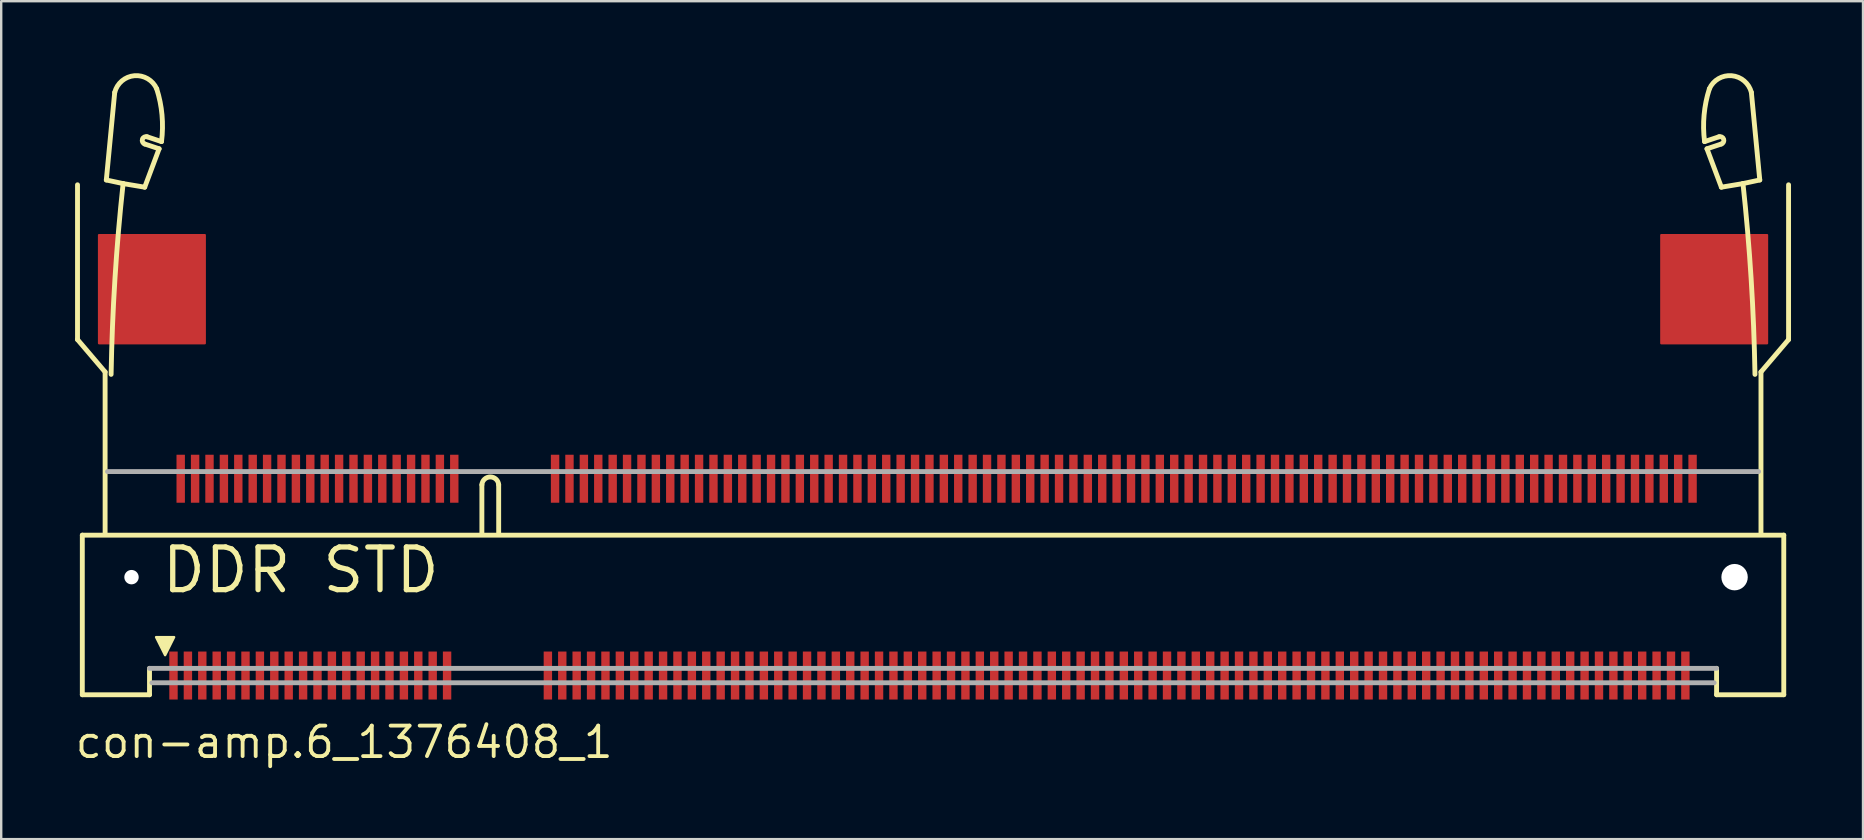
<source format=kicad_pcb>
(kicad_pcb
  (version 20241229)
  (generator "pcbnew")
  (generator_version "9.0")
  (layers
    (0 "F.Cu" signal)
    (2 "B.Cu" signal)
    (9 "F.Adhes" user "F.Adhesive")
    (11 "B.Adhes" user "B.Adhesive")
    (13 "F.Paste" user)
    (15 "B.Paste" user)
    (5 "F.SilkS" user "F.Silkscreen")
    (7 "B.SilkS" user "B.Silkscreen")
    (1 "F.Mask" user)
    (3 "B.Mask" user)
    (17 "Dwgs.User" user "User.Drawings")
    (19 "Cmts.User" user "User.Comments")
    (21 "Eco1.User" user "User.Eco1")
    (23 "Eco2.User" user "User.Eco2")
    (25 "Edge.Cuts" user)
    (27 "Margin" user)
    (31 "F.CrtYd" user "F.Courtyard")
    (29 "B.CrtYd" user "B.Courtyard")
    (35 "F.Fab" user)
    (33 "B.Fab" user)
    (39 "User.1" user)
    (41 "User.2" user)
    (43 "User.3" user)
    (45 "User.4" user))
  (footprint "con-amp.6_1376408_1"
    (layer "F.Cu")
    (at 36.83 21)
    (property "Reference" "con-amp.6_1376408_1" (at -36.83 7.62 0) (layer "F.SilkS") (effects (font (size 1.27 1.27) (thickness 0.16)) (justify left bottom)))
    (attr smd)
    (fp_line (start -36.65 -16.35) (end -36.65 -9.9) (stroke (width 0.203) (type default)) (layer "F.SilkS"))
    (fp_line (start -36.65 -9.9) (end -35.5 -8.55) (stroke (width 0.203) (type default)) (layer "F.SilkS"))
    (fp_line (start -36.45 -1.75) (end -36.45 4.9) (stroke (width 0.203) (type default)) (layer "F.SilkS"))
    (fp_line (start -36.45 4.9) (end -33.65 4.9) (stroke (width 0.203) (type default)) (layer "F.SilkS"))
    (fp_line (start -35.5 -8.55) (end -35.5 -1.85) (stroke (width 0.203) (type default)) (layer "F.SilkS"))
    (fp_line (start -35.45 -16.55) (end -34.75 -16.4) (stroke (width 0.203) (type default)) (layer "F.SilkS"))
    (fp_line (start -35.1 -20.2) (end -35.45 -16.55) (stroke (width 0.203) (type default)) (layer "F.SilkS"))
    (fp_line (start -34.75 -16.4) (end -33.85 -16.25) (stroke (width 0.203) (type default)) (layer "F.SilkS"))
    (fp_line (start -33.85 -16.25) (end -33.25 -17.85) (stroke (width 0.203) (type default)) (layer "F.SilkS"))
    (fp_line (start -33.75 -18.35) (end -33.15 -18.15) (stroke (width 0.203) (type default)) (layer "F.SilkS"))
    (fp_line (start -33.65 4.9) (end -33.65 3.8) (stroke (width 0.203) (type default)) (layer "F.SilkS"))
    (fp_line (start -33.25 -17.85) (end -33.85 -18.05) (stroke (width 0.203) (type default)) (layer "F.SilkS"))
    (fp_line (start -19.8 -3.85) (end -19.8 -1.85) (stroke (width 0.203) (type default)) (layer "F.SilkS"))
    (fp_line (start -19.1 -3.85) (end -19.1 -1.85) (stroke (width 0.203) (type default)) (layer "F.SilkS"))
    (fp_line (start 31.25 -17.85) (end 31.85 -18.05) (stroke (width 0.203) (type default)) (layer "F.SilkS"))
    (fp_line (start 31.65 3.8) (end 31.65 4.9) (stroke (width 0.203) (type default)) (layer "F.SilkS"))
    (fp_line (start 31.65 4.9) (end 34.45 4.9) (stroke (width 0.203) (type default)) (layer "F.SilkS"))
    (fp_line (start 31.75 -18.35) (end 31.15 -18.15) (stroke (width 0.203) (type default)) (layer "F.SilkS"))
    (fp_line (start 31.85 -16.25) (end 31.25 -17.85) (stroke (width 0.203) (type default)) (layer "F.SilkS"))
    (fp_line (start 32.75 -16.4) (end 31.85 -16.25) (stroke (width 0.203) (type default)) (layer "F.SilkS"))
    (fp_line (start 33.1 -20.2) (end 33.45 -16.55) (stroke (width 0.203) (type default)) (layer "F.SilkS"))
    (fp_line (start 33.45 -16.55) (end 32.75 -16.4) (stroke (width 0.203) (type default)) (layer "F.SilkS"))
    (fp_line (start 33.5 -8.55) (end 33.5 -1.85) (stroke (width 0.203) (type default)) (layer "F.SilkS"))
    (fp_line (start 34.45 -1.75) (end -36.45 -1.75) (stroke (width 0.203) (type default)) (layer "F.SilkS"))
    (fp_line (start 34.45 4.9) (end 34.45 -1.75) (stroke (width 0.203) (type default)) (layer "F.SilkS"))
    (fp_line (start 34.65 -16.35) (end 34.65 -9.9) (stroke (width 0.203) (type default)) (layer "F.SilkS"))
    (fp_line (start 34.65 -9.9) (end 33.5 -8.55) (stroke (width 0.203) (type default)) (layer "F.SilkS"))
    (fp_arc (start -35.25 -8.45) (mid -35.090252 -12.430676) (end -34.75 -16.4) (stroke (width 0.2032) (type default)) (layer "F.SilkS"))
    (fp_arc (start -35.1 -20.2) (mid -34.27818 -20.895428) (end -33.35 -20.35) (stroke (width 0.2032) (type default)) (layer "F.SilkS"))
    (fp_arc (start -33.85 -18.05) (mid -33.945277 -18.248426) (end -33.75 -18.35) (stroke (width 0.2032) (type default)) (layer "F.SilkS"))
    (fp_arc (start -33.35 -20.35) (mid -33.129251 -19.260977) (end -33.15 -18.15) (stroke (width 0.2032) (type default)) (layer "F.SilkS"))
    (fp_arc (start -19.8 -3.85) (mid -19.45 -4.175892) (end -19.1 -3.85) (stroke (width 0.2032) (type default)) (layer "F.SilkS"))
    (fp_arc (start 31.15 -18.15) (mid 31.129251 -19.260977) (end 31.35 -20.35) (stroke (width 0.2032) (type default)) (layer "F.SilkS"))
    (fp_arc (start 31.35 -20.35) (mid 32.27818 -20.895428) (end 33.1 -20.2) (stroke (width 0.2032) (type default)) (layer "F.SilkS"))
    (fp_arc (start 31.75 -18.35) (mid 31.945277 -18.248426) (end 31.85 -18.05) (stroke (width 0.2032) (type default)) (layer "F.SilkS"))
    (fp_arc (start 32.75 -16.4) (mid 33.090252 -12.430676) (end 33.25 -8.45) (stroke (width 0.2032) (type default)) (layer "F.SilkS"))
    (fp_poly (pts (xy -33 3.25) (xy -33.375 2.5) (xy -32.625 2.5)) (stroke (width 0.102) (type default)) (fill yes) (layer "F.SilkS"))
    (fp_line (start -35.4 -4.4) (end 33.4 -4.4) (stroke (width 0.203) (type default)) (layer "F.Fab"))
    (fp_line (start -33.65 3.8) (end 31.65 3.8) (stroke (width 0.203) (type default)) (layer "F.Fab"))
    (fp_line (start -33.55 4.4) (end 31.55 4.4) (stroke (width 0.203) (type default)) (layer "F.Fab"))
    (fp_text user "DDR STD" (at -33.25 0.75 0) (layer "F.SilkS") (effects (font (size 1.778 1.778) (thickness 0.22)) (justify left bottom)))
    (pad "" np_thru_hole circle (at -34.4 0) (size 0.6 0.6) (drill 0.6) (layers "*.Cu" "*.Mask"))
    (pad "" np_thru_hole circle (at 32.4 0) (size 1.1 1.1) (drill 1.1) (layers "*.Cu" "*.Mask"))
    (pad "1" smd roundrect (at -32.65 4.1 90) (size 2 0.35) (layers "F.Cu" "F.Mask" "F.Paste") (roundrect_rratio 0.01))
    (pad "2" smd roundrect (at -32.35 -4.1 90) (size 2 0.35) (layers "F.Cu" "F.Mask" "F.Paste") (roundrect_rratio 0.01))
    (pad "3" smd roundrect (at -32.05 4.1 90) (size 2 0.35) (layers "F.Cu" "F.Mask" "F.Paste") (roundrect_rratio 0.01))
    (pad "4" smd roundrect (at -31.75 -4.1 90) (size 2 0.35) (layers "F.Cu" "F.Mask" "F.Paste") (roundrect_rratio 0.01))
    (pad "5" smd roundrect (at -31.45 4.1 90) (size 2 0.35) (layers "F.Cu" "F.Mask" "F.Paste") (roundrect_rratio 0.01))
    (pad "6" smd roundrect (at -31.15 -4.1 90) (size 2 0.35) (layers "F.Cu" "F.Mask" "F.Paste") (roundrect_rratio 0.01))
    (pad "7" smd roundrect (at -30.85 4.1 90) (size 2 0.35) (layers "F.Cu" "F.Mask" "F.Paste") (roundrect_rratio 0.01))
    (pad "8" smd roundrect (at -30.55 -4.1 90) (size 2 0.35) (layers "F.Cu" "F.Mask" "F.Paste") (roundrect_rratio 0.01))
    (pad "9" smd roundrect (at -30.25 4.1 90) (size 2 0.35) (layers "F.Cu" "F.Mask" "F.Paste") (roundrect_rratio 0.01))
    (pad "10" smd roundrect (at -29.95 -4.1 90) (size 2 0.35) (layers "F.Cu" "F.Mask" "F.Paste") (roundrect_rratio 0.01))
    (pad "11" smd roundrect (at -29.65 4.1 90) (size 2 0.35) (layers "F.Cu" "F.Mask" "F.Paste") (roundrect_rratio 0.01))
    (pad "12" smd roundrect (at -29.35 -4.1 90) (size 2 0.35) (layers "F.Cu" "F.Mask" "F.Paste") (roundrect_rratio 0.01))
    (pad "13" smd roundrect (at -29.05 4.1 90) (size 2 0.35) (layers "F.Cu" "F.Mask" "F.Paste") (roundrect_rratio 0.01))
    (pad "14" smd roundrect (at -28.75 -4.1 90) (size 2 0.35) (layers "F.Cu" "F.Mask" "F.Paste") (roundrect_rratio 0.01))
    (pad "15" smd roundrect (at -28.45 4.1 90) (size 2 0.35) (layers "F.Cu" "F.Mask" "F.Paste") (roundrect_rratio 0.01))
    (pad "16" smd roundrect (at -28.15 -4.1 90) (size 2 0.35) (layers "F.Cu" "F.Mask" "F.Paste") (roundrect_rratio 0.01))
    (pad "17" smd roundrect (at -27.85 4.1 90) (size 2 0.35) (layers "F.Cu" "F.Mask" "F.Paste") (roundrect_rratio 0.01))
    (pad "18" smd roundrect (at -27.55 -4.1 90) (size 2 0.35) (layers "F.Cu" "F.Mask" "F.Paste") (roundrect_rratio 0.01))
    (pad "19" smd roundrect (at -27.25 4.1 90) (size 2 0.35) (layers "F.Cu" "F.Mask" "F.Paste") (roundrect_rratio 0.01))
    (pad "20" smd roundrect (at -26.95 -4.1 90) (size 2 0.35) (layers "F.Cu" "F.Mask" "F.Paste") (roundrect_rratio 0.01))
    (pad "21" smd roundrect (at -26.65 4.1 90) (size 2 0.35) (layers "F.Cu" "F.Mask" "F.Paste") (roundrect_rratio 0.01))
    (pad "22" smd roundrect (at -26.35 -4.1 90) (size 2 0.35) (layers "F.Cu" "F.Mask" "F.Paste") (roundrect_rratio 0.01))
    (pad "23" smd roundrect (at -26.05 4.1 90) (size 2 0.35) (layers "F.Cu" "F.Mask" "F.Paste") (roundrect_rratio 0.01))
    (pad "24" smd roundrect (at -25.75 -4.1 90) (size 2 0.35) (layers "F.Cu" "F.Mask" "F.Paste") (roundrect_rratio 0.01))
    (pad "25" smd roundrect (at -25.45 4.1 90) (size 2 0.35) (layers "F.Cu" "F.Mask" "F.Paste") (roundrect_rratio 0.01))
    (pad "26" smd roundrect (at -25.15 -4.1 90) (size 2 0.35) (layers "F.Cu" "F.Mask" "F.Paste") (roundrect_rratio 0.01))
    (pad "27" smd roundrect (at -24.85 4.1 90) (size 2 0.35) (layers "F.Cu" "F.Mask" "F.Paste") (roundrect_rratio 0.01))
    (pad "28" smd roundrect (at -24.55 -4.1 90) (size 2 0.35) (layers "F.Cu" "F.Mask" "F.Paste") (roundrect_rratio 0.01))
    (pad "29" smd roundrect (at -24.25 4.1 90) (size 2 0.35) (layers "F.Cu" "F.Mask" "F.Paste") (roundrect_rratio 0.01))
    (pad "30" smd roundrect (at -23.95 -4.1 90) (size 2 0.35) (layers "F.Cu" "F.Mask" "F.Paste") (roundrect_rratio 0.01))
    (pad "31" smd roundrect (at -23.65 4.1 90) (size 2 0.35) (layers "F.Cu" "F.Mask" "F.Paste") (roundrect_rratio 0.01))
    (pad "32" smd roundrect (at -23.35 -4.1 90) (size 2 0.35) (layers "F.Cu" "F.Mask" "F.Paste") (roundrect_rratio 0.01))
    (pad "33" smd roundrect (at -23.05 4.1 90) (size 2 0.35) (layers "F.Cu" "F.Mask" "F.Paste") (roundrect_rratio 0.01))
    (pad "34" smd roundrect (at -22.75 -4.1 90) (size 2 0.35) (layers "F.Cu" "F.Mask" "F.Paste") (roundrect_rratio 0.01))
    (pad "35" smd roundrect (at -22.45 4.1 90) (size 2 0.35) (layers "F.Cu" "F.Mask" "F.Paste") (roundrect_rratio 0.01))
    (pad "36" smd roundrect (at -22.15 -4.1 90) (size 2 0.35) (layers "F.Cu" "F.Mask" "F.Paste") (roundrect_rratio 0.01))
    (pad "37" smd roundrect (at -21.85 4.1 90) (size 2 0.35) (layers "F.Cu" "F.Mask" "F.Paste") (roundrect_rratio 0.01))
    (pad "38" smd roundrect (at -21.55 -4.1 90) (size 2 0.35) (layers "F.Cu" "F.Mask" "F.Paste") (roundrect_rratio 0.01))
    (pad "39" smd roundrect (at -21.25 4.1 90) (size 2 0.35) (layers "F.Cu" "F.Mask" "F.Paste") (roundrect_rratio 0.01))
    (pad "40" smd roundrect (at -20.95 -4.1 90) (size 2 0.35) (layers "F.Cu" "F.Mask" "F.Paste") (roundrect_rratio 0.01))
    (pad "41" smd roundrect (at -17.05 4.1 90) (size 2 0.35) (layers "F.Cu" "F.Mask" "F.Paste") (roundrect_rratio 0.01))
    (pad "42" smd roundrect (at -16.75 -4.1 90) (size 2 0.35) (layers "F.Cu" "F.Mask" "F.Paste") (roundrect_rratio 0.01))
    (pad "43" smd roundrect (at -16.45 4.1 90) (size 2 0.35) (layers "F.Cu" "F.Mask" "F.Paste") (roundrect_rratio 0.01))
    (pad "44" smd roundrect (at -16.15 -4.1 90) (size 2 0.35) (layers "F.Cu" "F.Mask" "F.Paste") (roundrect_rratio 0.01))
    (pad "45" smd roundrect (at -15.85 4.1 90) (size 2 0.35) (layers "F.Cu" "F.Mask" "F.Paste") (roundrect_rratio 0.01))
    (pad "46" smd roundrect (at -15.55 -4.1 90) (size 2 0.35) (layers "F.Cu" "F.Mask" "F.Paste") (roundrect_rratio 0.01))
    (pad "47" smd roundrect (at -15.25 4.1 90) (size 2 0.35) (layers "F.Cu" "F.Mask" "F.Paste") (roundrect_rratio 0.01))
    (pad "48" smd roundrect (at -14.95 -4.1 90) (size 2 0.35) (layers "F.Cu" "F.Mask" "F.Paste") (roundrect_rratio 0.01))
    (pad "49" smd roundrect (at -14.65 4.1 90) (size 2 0.35) (layers "F.Cu" "F.Mask" "F.Paste") (roundrect_rratio 0.01))
    (pad "50" smd roundrect (at -14.35 -4.1 90) (size 2 0.35) (layers "F.Cu" "F.Mask" "F.Paste") (roundrect_rratio 0.01))
    (pad "51" smd roundrect (at -14.05 4.1 90) (size 2 0.35) (layers "F.Cu" "F.Mask" "F.Paste") (roundrect_rratio 0.01))
    (pad "52" smd roundrect (at -13.75 -4.1 90) (size 2 0.35) (layers "F.Cu" "F.Mask" "F.Paste") (roundrect_rratio 0.01))
    (pad "53" smd roundrect (at -13.45 4.1 90) (size 2 0.35) (layers "F.Cu" "F.Mask" "F.Paste") (roundrect_rratio 0.01))
    (pad "54" smd roundrect (at -13.15 -4.1 90) (size 2 0.35) (layers "F.Cu" "F.Mask" "F.Paste") (roundrect_rratio 0.01))
    (pad "55" smd roundrect (at -12.85 4.1 90) (size 2 0.35) (layers "F.Cu" "F.Mask" "F.Paste") (roundrect_rratio 0.01))
    (pad "56" smd roundrect (at -12.55 -4.1 90) (size 2 0.35) (layers "F.Cu" "F.Mask" "F.Paste") (roundrect_rratio 0.01))
    (pad "57" smd roundrect (at -12.25 4.1 90) (size 2 0.35) (layers "F.Cu" "F.Mask" "F.Paste") (roundrect_rratio 0.01))
    (pad "58" smd roundrect (at -11.95 -4.1 90) (size 2 0.35) (layers "F.Cu" "F.Mask" "F.Paste") (roundrect_rratio 0.01))
    (pad "59" smd roundrect (at -11.65 4.1 90) (size 2 0.35) (layers "F.Cu" "F.Mask" "F.Paste") (roundrect_rratio 0.01))
    (pad "60" smd roundrect (at -11.35 -4.1 90) (size 2 0.35) (layers "F.Cu" "F.Mask" "F.Paste") (roundrect_rratio 0.01))
    (pad "61" smd roundrect (at -11.05 4.1 90) (size 2 0.35) (layers "F.Cu" "F.Mask" "F.Paste") (roundrect_rratio 0.01))
    (pad "62" smd roundrect (at -10.75 -4.1 90) (size 2 0.35) (layers "F.Cu" "F.Mask" "F.Paste") (roundrect_rratio 0.01))
    (pad "63" smd roundrect (at -10.45 4.1 90) (size 2 0.35) (layers "F.Cu" "F.Mask" "F.Paste") (roundrect_rratio 0.01))
    (pad "64" smd roundrect (at -10.15 -4.1 90) (size 2 0.35) (layers "F.Cu" "F.Mask" "F.Paste") (roundrect_rratio 0.01))
    (pad "65" smd roundrect (at -9.85 4.1 90) (size 2 0.35) (layers "F.Cu" "F.Mask" "F.Paste") (roundrect_rratio 0.01))
    (pad "66" smd roundrect (at -9.55 -4.1 90) (size 2 0.35) (layers "F.Cu" "F.Mask" "F.Paste") (roundrect_rratio 0.01))
    (pad "67" smd roundrect (at -9.25 4.1 90) (size 2 0.35) (layers "F.Cu" "F.Mask" "F.Paste") (roundrect_rratio 0.01))
    (pad "68" smd roundrect (at -8.95 -4.1 90) (size 2 0.35) (layers "F.Cu" "F.Mask" "F.Paste") (roundrect_rratio 0.01))
    (pad "69" smd roundrect (at -8.65 4.1 90) (size 2 0.35) (layers "F.Cu" "F.Mask" "F.Paste") (roundrect_rratio 0.01))
    (pad "70" smd roundrect (at -8.35 -4.1 90) (size 2 0.35) (layers "F.Cu" "F.Mask" "F.Paste") (roundrect_rratio 0.01))
    (pad "71" smd roundrect (at -8.05 4.1 90) (size 2 0.35) (layers "F.Cu" "F.Mask" "F.Paste") (roundrect_rratio 0.01))
    (pad "72" smd roundrect (at -7.75 -4.1 90) (size 2 0.35) (layers "F.Cu" "F.Mask" "F.Paste") (roundrect_rratio 0.01))
    (pad "73" smd roundrect (at -7.45 4.1 90) (size 2 0.35) (layers "F.Cu" "F.Mask" "F.Paste") (roundrect_rratio 0.01))
    (pad "74" smd roundrect (at -7.15 -4.1 90) (size 2 0.35) (layers "F.Cu" "F.Mask" "F.Paste") (roundrect_rratio 0.01))
    (pad "75" smd roundrect (at -6.85 4.1 90) (size 2 0.35) (layers "F.Cu" "F.Mask" "F.Paste") (roundrect_rratio 0.01))
    (pad "76" smd roundrect (at -6.55 -4.1 90) (size 2 0.35) (layers "F.Cu" "F.Mask" "F.Paste") (roundrect_rratio 0.01))
    (pad "77" smd roundrect (at -6.25 4.1 90) (size 2 0.35) (layers "F.Cu" "F.Mask" "F.Paste") (roundrect_rratio 0.01))
    (pad "78" smd roundrect (at -5.95 -4.1 90) (size 2 0.35) (layers "F.Cu" "F.Mask" "F.Paste") (roundrect_rratio 0.01))
    (pad "79" smd roundrect (at -5.65 4.1 90) (size 2 0.35) (layers "F.Cu" "F.Mask" "F.Paste") (roundrect_rratio 0.01))
    (pad "80" smd roundrect (at -5.35 -4.1 90) (size 2 0.35) (layers "F.Cu" "F.Mask" "F.Paste") (roundrect_rratio 0.01))
    (pad "81" smd roundrect (at -5.05 4.1 90) (size 2 0.35) (layers "F.Cu" "F.Mask" "F.Paste") (roundrect_rratio 0.01))
    (pad "82" smd roundrect (at -4.75 -4.1 90) (size 2 0.35) (layers "F.Cu" "F.Mask" "F.Paste") (roundrect_rratio 0.01))
    (pad "83" smd roundrect (at -4.45 4.1 90) (size 2 0.35) (layers "F.Cu" "F.Mask" "F.Paste") (roundrect_rratio 0.01))
    (pad "84" smd roundrect (at -4.15 -4.1 90) (size 2 0.35) (layers "F.Cu" "F.Mask" "F.Paste") (roundrect_rratio 0.01))
    (pad "85" smd roundrect (at -3.85 4.1 90) (size 2 0.35) (layers "F.Cu" "F.Mask" "F.Paste") (roundrect_rratio 0.01))
    (pad "86" smd roundrect (at -3.55 -4.1 90) (size 2 0.35) (layers "F.Cu" "F.Mask" "F.Paste") (roundrect_rratio 0.01))
    (pad "87" smd roundrect (at -3.25 4.1 90) (size 2 0.35) (layers "F.Cu" "F.Mask" "F.Paste") (roundrect_rratio 0.01))
    (pad "88" smd roundrect (at -2.95 -4.1 90) (size 2 0.35) (layers "F.Cu" "F.Mask" "F.Paste") (roundrect_rratio 0.01))
    (pad "89" smd roundrect (at -2.65 4.1 90) (size 2 0.35) (layers "F.Cu" "F.Mask" "F.Paste") (roundrect_rratio 0.01))
    (pad "90" smd roundrect (at -2.35 -4.1 90) (size 2 0.35) (layers "F.Cu" "F.Mask" "F.Paste") (roundrect_rratio 0.01))
    (pad "91" smd roundrect (at -2.05 4.1 90) (size 2 0.35) (layers "F.Cu" "F.Mask" "F.Paste") (roundrect_rratio 0.01))
    (pad "92" smd roundrect (at -1.75 -4.1 90) (size 2 0.35) (layers "F.Cu" "F.Mask" "F.Paste") (roundrect_rratio 0.01))
    (pad "93" smd roundrect (at -1.45 4.1 90) (size 2 0.35) (layers "F.Cu" "F.Mask" "F.Paste") (roundrect_rratio 0.01))
    (pad "94" smd roundrect (at -1.15 -4.1 90) (size 2 0.35) (layers "F.Cu" "F.Mask" "F.Paste") (roundrect_rratio 0.01))
    (pad "95" smd roundrect (at -0.85 4.1 90) (size 2 0.35) (layers "F.Cu" "F.Mask" "F.Paste") (roundrect_rratio 0.01))
    (pad "96" smd roundrect (at -0.55 -4.1 90) (size 2 0.35) (layers "F.Cu" "F.Mask" "F.Paste") (roundrect_rratio 0.01))
    (pad "97" smd roundrect (at -0.25 4.1 90) (size 2 0.35) (layers "F.Cu" "F.Mask" "F.Paste") (roundrect_rratio 0.01))
    (pad "98" smd roundrect (at 0.05 -4.1 90) (size 2 0.35) (layers "F.Cu" "F.Mask" "F.Paste") (roundrect_rratio 0.01))
    (pad "99" smd roundrect (at 0.35 4.1 90) (size 2 0.35) (layers "F.Cu" "F.Mask" "F.Paste") (roundrect_rratio 0.01))
    (pad "100" smd roundrect (at 0.65 -4.1 90) (size 2 0.35) (layers "F.Cu" "F.Mask" "F.Paste") (roundrect_rratio 0.01))
    (pad "101" smd roundrect (at 0.95 4.1 90) (size 2 0.35) (layers "F.Cu" "F.Mask" "F.Paste") (roundrect_rratio 0.01))
    (pad "102" smd roundrect (at 1.25 -4.1 90) (size 2 0.35) (layers "F.Cu" "F.Mask" "F.Paste") (roundrect_rratio 0.01))
    (pad "103" smd roundrect (at 1.55 4.1 90) (size 2 0.35) (layers "F.Cu" "F.Mask" "F.Paste") (roundrect_rratio 0.01))
    (pad "104" smd roundrect (at 1.85 -4.1 90) (size 2 0.35) (layers "F.Cu" "F.Mask" "F.Paste") (roundrect_rratio 0.01))
    (pad "105" smd roundrect (at 2.15 4.1 90) (size 2 0.35) (layers "F.Cu" "F.Mask" "F.Paste") (roundrect_rratio 0.01))
    (pad "106" smd roundrect (at 2.45 -4.1 90) (size 2 0.35) (layers "F.Cu" "F.Mask" "F.Paste") (roundrect_rratio 0.01))
    (pad "107" smd roundrect (at 2.75 4.1 90) (size 2 0.35) (layers "F.Cu" "F.Mask" "F.Paste") (roundrect_rratio 0.01))
    (pad "108" smd roundrect (at 3.05 -4.1 90) (size 2 0.35) (layers "F.Cu" "F.Mask" "F.Paste") (roundrect_rratio 0.01))
    (pad "109" smd roundrect (at 3.35 4.1 90) (size 2 0.35) (layers "F.Cu" "F.Mask" "F.Paste") (roundrect_rratio 0.01))
    (pad "110" smd roundrect (at 3.65 -4.1 90) (size 2 0.35) (layers "F.Cu" "F.Mask" "F.Paste") (roundrect_rratio 0.01))
    (pad "111" smd roundrect (at 3.95 4.1 90) (size 2 0.35) (layers "F.Cu" "F.Mask" "F.Paste") (roundrect_rratio 0.01))
    (pad "112" smd roundrect (at 4.25 -4.1 90) (size 2 0.35) (layers "F.Cu" "F.Mask" "F.Paste") (roundrect_rratio 0.01))
    (pad "113" smd roundrect (at 4.55 4.1 90) (size 2 0.35) (layers "F.Cu" "F.Mask" "F.Paste") (roundrect_rratio 0.01))
    (pad "114" smd roundrect (at 4.85 -4.1 90) (size 2 0.35) (layers "F.Cu" "F.Mask" "F.Paste") (roundrect_rratio 0.01))
    (pad "115" smd roundrect (at 5.15 4.1 90) (size 2 0.35) (layers "F.Cu" "F.Mask" "F.Paste") (roundrect_rratio 0.01))
    (pad "116" smd roundrect (at 5.45 -4.1 90) (size 2 0.35) (layers "F.Cu" "F.Mask" "F.Paste") (roundrect_rratio 0.01))
    (pad "117" smd roundrect (at 5.75 4.1 90) (size 2 0.35) (layers "F.Cu" "F.Mask" "F.Paste") (roundrect_rratio 0.01))
    (pad "118" smd roundrect (at 6.05 -4.1 90) (size 2 0.35) (layers "F.Cu" "F.Mask" "F.Paste") (roundrect_rratio 0.01))
    (pad "119" smd roundrect (at 6.35 4.1 90) (size 2 0.35) (layers "F.Cu" "F.Mask" "F.Paste") (roundrect_rratio 0.01))
    (pad "120" smd roundrect (at 6.65 -4.1 90) (size 2 0.35) (layers "F.Cu" "F.Mask" "F.Paste") (roundrect_rratio 0.01))
    (pad "121" smd roundrect (at 6.95 4.1 90) (size 2 0.35) (layers "F.Cu" "F.Mask" "F.Paste") (roundrect_rratio 0.01))
    (pad "122" smd roundrect (at 7.25 -4.1 90) (size 2 0.35) (layers "F.Cu" "F.Mask" "F.Paste") (roundrect_rratio 0.01))
    (pad "123" smd roundrect (at 7.55 4.1 90) (size 2 0.35) (layers "F.Cu" "F.Mask" "F.Paste") (roundrect_rratio 0.01))
    (pad "124" smd roundrect (at 7.85 -4.1 90) (size 2 0.35) (layers "F.Cu" "F.Mask" "F.Paste") (roundrect_rratio 0.01))
    (pad "125" smd roundrect (at 8.15 4.1 90) (size 2 0.35) (layers "F.Cu" "F.Mask" "F.Paste") (roundrect_rratio 0.01))
    (pad "126" smd roundrect (at 8.45 -4.1 90) (size 2 0.35) (layers "F.Cu" "F.Mask" "F.Paste") (roundrect_rratio 0.01))
    (pad "127" smd roundrect (at 8.75 4.1 90) (size 2 0.35) (layers "F.Cu" "F.Mask" "F.Paste") (roundrect_rratio 0.01))
    (pad "128" smd roundrect (at 9.05 -4.1 90) (size 2 0.35) (layers "F.Cu" "F.Mask" "F.Paste") (roundrect_rratio 0.01))
    (pad "129" smd roundrect (at 9.35 4.1 90) (size 2 0.35) (layers "F.Cu" "F.Mask" "F.Paste") (roundrect_rratio 0.01))
    (pad "130" smd roundrect (at 9.65 -4.1 90) (size 2 0.35) (layers "F.Cu" "F.Mask" "F.Paste") (roundrect_rratio 0.01))
    (pad "131" smd roundrect (at 9.95 4.1 90) (size 2 0.35) (layers "F.Cu" "F.Mask" "F.Paste") (roundrect_rratio 0.01))
    (pad "132" smd roundrect (at 10.25 -4.1 90) (size 2 0.35) (layers "F.Cu" "F.Mask" "F.Paste") (roundrect_rratio 0.01))
    (pad "133" smd roundrect (at 10.55 4.1 90) (size 2 0.35) (layers "F.Cu" "F.Mask" "F.Paste") (roundrect_rratio 0.01))
    (pad "134" smd roundrect (at 10.85 -4.1 90) (size 2 0.35) (layers "F.Cu" "F.Mask" "F.Paste") (roundrect_rratio 0.01))
    (pad "135" smd roundrect (at 11.15 4.1 90) (size 2 0.35) (layers "F.Cu" "F.Mask" "F.Paste") (roundrect_rratio 0.01))
    (pad "136" smd roundrect (at 11.45 -4.1 90) (size 2 0.35) (layers "F.Cu" "F.Mask" "F.Paste") (roundrect_rratio 0.01))
    (pad "137" smd roundrect (at 11.75 4.1 90) (size 2 0.35) (layers "F.Cu" "F.Mask" "F.Paste") (roundrect_rratio 0.01))
    (pad "138" smd roundrect (at 12.05 -4.1 90) (size 2 0.35) (layers "F.Cu" "F.Mask" "F.Paste") (roundrect_rratio 0.01))
    (pad "139" smd roundrect (at 12.35 4.1 90) (size 2 0.35) (layers "F.Cu" "F.Mask" "F.Paste") (roundrect_rratio 0.01))
    (pad "140" smd roundrect (at 12.65 -4.1 90) (size 2 0.35) (layers "F.Cu" "F.Mask" "F.Paste") (roundrect_rratio 0.01))
    (pad "141" smd roundrect (at 12.95 4.1 90) (size 2 0.35) (layers "F.Cu" "F.Mask" "F.Paste") (roundrect_rratio 0.01))
    (pad "142" smd roundrect (at 13.25 -4.1 90) (size 2 0.35) (layers "F.Cu" "F.Mask" "F.Paste") (roundrect_rratio 0.01))
    (pad "143" smd roundrect (at 13.55 4.1 90) (size 2 0.35) (layers "F.Cu" "F.Mask" "F.Paste") (roundrect_rratio 0.01))
    (pad "144" smd roundrect (at 13.85 -4.1 90) (size 2 0.35) (layers "F.Cu" "F.Mask" "F.Paste") (roundrect_rratio 0.01))
    (pad "145" smd roundrect (at 14.15 4.1 90) (size 2 0.35) (layers "F.Cu" "F.Mask" "F.Paste") (roundrect_rratio 0.01))
    (pad "146" smd roundrect (at 14.45 -4.1 90) (size 2 0.35) (layers "F.Cu" "F.Mask" "F.Paste") (roundrect_rratio 0.01))
    (pad "147" smd roundrect (at 14.75 4.1 90) (size 2 0.35) (layers "F.Cu" "F.Mask" "F.Paste") (roundrect_rratio 0.01))
    (pad "148" smd roundrect (at 15.05 -4.1 90) (size 2 0.35) (layers "F.Cu" "F.Mask" "F.Paste") (roundrect_rratio 0.01))
    (pad "149" smd roundrect (at 15.35 4.1 90) (size 2 0.35) (layers "F.Cu" "F.Mask" "F.Paste") (roundrect_rratio 0.01))
    (pad "150" smd roundrect (at 15.65 -4.1 90) (size 2 0.35) (layers "F.Cu" "F.Mask" "F.Paste") (roundrect_rratio 0.01))
    (pad "151" smd roundrect (at 15.95 4.1 90) (size 2 0.35) (layers "F.Cu" "F.Mask" "F.Paste") (roundrect_rratio 0.01))
    (pad "152" smd roundrect (at 16.25 -4.1 90) (size 2 0.35) (layers "F.Cu" "F.Mask" "F.Paste") (roundrect_rratio 0.01))
    (pad "153" smd roundrect (at 16.55 4.1 90) (size 2 0.35) (layers "F.Cu" "F.Mask" "F.Paste") (roundrect_rratio 0.01))
    (pad "154" smd roundrect (at 16.85 -4.1 90) (size 2 0.35) (layers "F.Cu" "F.Mask" "F.Paste") (roundrect_rratio 0.01))
    (pad "155" smd roundrect (at 17.15 4.1 90) (size 2 0.35) (layers "F.Cu" "F.Mask" "F.Paste") (roundrect_rratio 0.01))
    (pad "156" smd roundrect (at 17.45 -4.1 90) (size 2 0.35) (layers "F.Cu" "F.Mask" "F.Paste") (roundrect_rratio 0.01))
    (pad "157" smd roundrect (at 17.75 4.1 90) (size 2 0.35) (layers "F.Cu" "F.Mask" "F.Paste") (roundrect_rratio 0.01))
    (pad "158" smd roundrect (at 18.05 -4.1 90) (size 2 0.35) (layers "F.Cu" "F.Mask" "F.Paste") (roundrect_rratio 0.01))
    (pad "159" smd roundrect (at 18.35 4.1 90) (size 2 0.35) (layers "F.Cu" "F.Mask" "F.Paste") (roundrect_rratio 0.01))
    (pad "160" smd roundrect (at 18.65 -4.1 90) (size 2 0.35) (layers "F.Cu" "F.Mask" "F.Paste") (roundrect_rratio 0.01))
    (pad "161" smd roundrect (at 18.95 4.1 90) (size 2 0.35) (layers "F.Cu" "F.Mask" "F.Paste") (roundrect_rratio 0.01))
    (pad "162" smd roundrect (at 19.25 -4.1 90) (size 2 0.35) (layers "F.Cu" "F.Mask" "F.Paste") (roundrect_rratio 0.01))
    (pad "163" smd roundrect (at 19.55 4.1 90) (size 2 0.35) (layers "F.Cu" "F.Mask" "F.Paste") (roundrect_rratio 0.01))
    (pad "164" smd roundrect (at 19.85 -4.1 90) (size 2 0.35) (layers "F.Cu" "F.Mask" "F.Paste") (roundrect_rratio 0.01))
    (pad "165" smd roundrect (at 20.15 4.1 90) (size 2 0.35) (layers "F.Cu" "F.Mask" "F.Paste") (roundrect_rratio 0.01))
    (pad "166" smd roundrect (at 20.45 -4.1 90) (size 2 0.35) (layers "F.Cu" "F.Mask" "F.Paste") (roundrect_rratio 0.01))
    (pad "167" smd roundrect (at 20.75 4.1 90) (size 2 0.35) (layers "F.Cu" "F.Mask" "F.Paste") (roundrect_rratio 0.01))
    (pad "168" smd roundrect (at 21.05 -4.1 90) (size 2 0.35) (layers "F.Cu" "F.Mask" "F.Paste") (roundrect_rratio 0.01))
    (pad "169" smd roundrect (at 21.35 4.1 90) (size 2 0.35) (layers "F.Cu" "F.Mask" "F.Paste") (roundrect_rratio 0.01))
    (pad "170" smd roundrect (at 21.65 -4.1 90) (size 2 0.35) (layers "F.Cu" "F.Mask" "F.Paste") (roundrect_rratio 0.01))
    (pad "171" smd roundrect (at 21.95 4.1 90) (size 2 0.35) (layers "F.Cu" "F.Mask" "F.Paste") (roundrect_rratio 0.01))
    (pad "172" smd roundrect (at 22.25 -4.1 90) (size 2 0.35) (layers "F.Cu" "F.Mask" "F.Paste") (roundrect_rratio 0.01))
    (pad "173" smd roundrect (at 22.55 4.1 90) (size 2 0.35) (layers "F.Cu" "F.Mask" "F.Paste") (roundrect_rratio 0.01))
    (pad "174" smd roundrect (at 22.85 -4.1 90) (size 2 0.35) (layers "F.Cu" "F.Mask" "F.Paste") (roundrect_rratio 0.01))
    (pad "175" smd roundrect (at 23.15 4.1 90) (size 2 0.35) (layers "F.Cu" "F.Mask" "F.Paste") (roundrect_rratio 0.01))
    (pad "176" smd roundrect (at 23.45 -4.1 90) (size 2 0.35) (layers "F.Cu" "F.Mask" "F.Paste") (roundrect_rratio 0.01))
    (pad "177" smd roundrect (at 23.75 4.1 90) (size 2 0.35) (layers "F.Cu" "F.Mask" "F.Paste") (roundrect_rratio 0.01))
    (pad "178" smd roundrect (at 24.05 -4.1 90) (size 2 0.35) (layers "F.Cu" "F.Mask" "F.Paste") (roundrect_rratio 0.01))
    (pad "179" smd roundrect (at 24.35 4.1 90) (size 2 0.35) (layers "F.Cu" "F.Mask" "F.Paste") (roundrect_rratio 0.01))
    (pad "180" smd roundrect (at 24.65 -4.1 90) (size 2 0.35) (layers "F.Cu" "F.Mask" "F.Paste") (roundrect_rratio 0.01))
    (pad "181" smd roundrect (at 24.95 4.1 90) (size 2 0.35) (layers "F.Cu" "F.Mask" "F.Paste") (roundrect_rratio 0.01))
    (pad "182" smd roundrect (at 25.25 -4.1 90) (size 2 0.35) (layers "F.Cu" "F.Mask" "F.Paste") (roundrect_rratio 0.01))
    (pad "183" smd roundrect (at 25.55 4.1 90) (size 2 0.35) (layers "F.Cu" "F.Mask" "F.Paste") (roundrect_rratio 0.01))
    (pad "184" smd roundrect (at 25.85 -4.1 90) (size 2 0.35) (layers "F.Cu" "F.Mask" "F.Paste") (roundrect_rratio 0.01))
    (pad "185" smd roundrect (at 26.15 4.1 90) (size 2 0.35) (layers "F.Cu" "F.Mask" "F.Paste") (roundrect_rratio 0.01))
    (pad "186" smd roundrect (at 26.45 -4.1 90) (size 2 0.35) (layers "F.Cu" "F.Mask" "F.Paste") (roundrect_rratio 0.01))
    (pad "187" smd roundrect (at 26.75 4.1 90) (size 2 0.35) (layers "F.Cu" "F.Mask" "F.Paste") (roundrect_rratio 0.01))
    (pad "188" smd roundrect (at 27.05 -4.1 90) (size 2 0.35) (layers "F.Cu" "F.Mask" "F.Paste") (roundrect_rratio 0.01))
    (pad "189" smd roundrect (at 27.35 4.1 90) (size 2 0.35) (layers "F.Cu" "F.Mask" "F.Paste") (roundrect_rratio 0.01))
    (pad "190" smd roundrect (at 27.65 -4.1 90) (size 2 0.35) (layers "F.Cu" "F.Mask" "F.Paste") (roundrect_rratio 0.01))
    (pad "191" smd roundrect (at 27.95 4.1 90) (size 2 0.35) (layers "F.Cu" "F.Mask" "F.Paste") (roundrect_rratio 0.01))
    (pad "192" smd roundrect (at 28.25 -4.1 90) (size 2 0.35) (layers "F.Cu" "F.Mask" "F.Paste") (roundrect_rratio 0.01))
    (pad "193" smd roundrect (at 28.55 4.1 90) (size 2 0.35) (layers "F.Cu" "F.Mask" "F.Paste") (roundrect_rratio 0.01))
    (pad "194" smd roundrect (at 28.85 -4.1 90) (size 2 0.35) (layers "F.Cu" "F.Mask" "F.Paste") (roundrect_rratio 0.01))
    (pad "195" smd roundrect (at 29.15 4.1 90) (size 2 0.35) (layers "F.Cu" "F.Mask" "F.Paste") (roundrect_rratio 0.01))
    (pad "196" smd roundrect (at 29.45 -4.1 90) (size 2 0.35) (layers "F.Cu" "F.Mask" "F.Paste") (roundrect_rratio 0.01))
    (pad "197" smd roundrect (at 29.75 4.1 90) (size 2 0.35) (layers "F.Cu" "F.Mask" "F.Paste") (roundrect_rratio 0.01))
    (pad "198" smd roundrect (at 30.05 -4.1 90) (size 2 0.35) (layers "F.Cu" "F.Mask" "F.Paste") (roundrect_rratio 0.01))
    (pad "199" smd roundrect (at 30.35 4.1 90) (size 2 0.35) (layers "F.Cu" "F.Mask" "F.Paste") (roundrect_rratio 0.01))
    (pad "200" smd roundrect (at 30.65 -4.1 90) (size 2 0.35) (layers "F.Cu" "F.Mask" "F.Paste") (roundrect_rratio 0.01))
    (pad "M1" smd roundrect (at -33.55 -12) (size 4.5 4.6) (layers "F.Cu" "F.Mask" "F.Paste") (roundrect_rratio 0.01))
    (pad "M2" smd roundrect (at 31.55 -12) (size 4.5 4.6) (layers "F.Cu" "F.Mask" "F.Paste") (roundrect_rratio 0.01)))
  (gr_rect
    (start -3 -3)
    (end 74.582 31.918)
    (stroke (width 0.1) (type default))
    (fill no)
    (layer "Edge.Cuts")))
</source>
